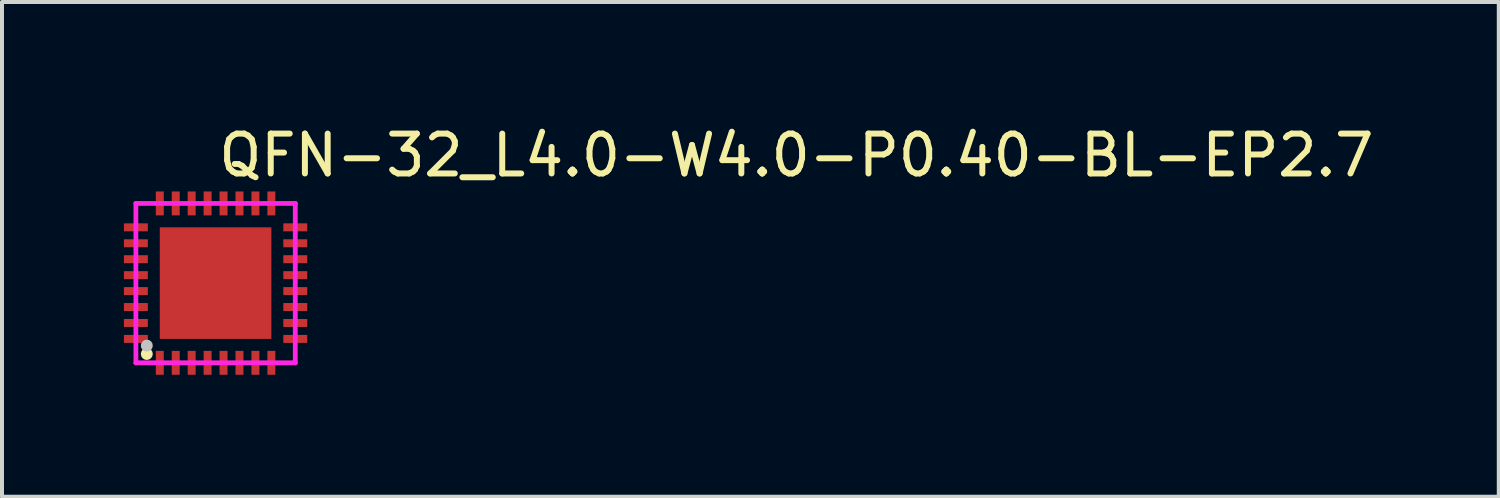
<source format=kicad_pcb>
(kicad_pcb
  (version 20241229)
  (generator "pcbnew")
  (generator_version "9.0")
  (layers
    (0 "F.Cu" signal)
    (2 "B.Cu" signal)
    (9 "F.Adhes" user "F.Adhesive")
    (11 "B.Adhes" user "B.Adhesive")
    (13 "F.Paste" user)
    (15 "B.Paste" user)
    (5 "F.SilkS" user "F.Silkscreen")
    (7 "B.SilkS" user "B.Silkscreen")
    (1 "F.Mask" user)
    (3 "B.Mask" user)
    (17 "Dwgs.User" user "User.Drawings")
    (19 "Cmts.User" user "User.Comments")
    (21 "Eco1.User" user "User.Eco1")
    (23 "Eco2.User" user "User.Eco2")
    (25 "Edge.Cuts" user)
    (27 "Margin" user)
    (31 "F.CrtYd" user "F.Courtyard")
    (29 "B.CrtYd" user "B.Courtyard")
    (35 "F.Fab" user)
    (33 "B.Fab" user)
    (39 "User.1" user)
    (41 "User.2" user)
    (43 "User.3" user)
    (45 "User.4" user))
  (footprint "QFN-32_L4.0-W4.0-P0.40-BL-EP2.7"
    (layer "F.Cu")
    (at 2.36 4.055)
    (property "Reference" "QFN-32_L4.0-W4.0-P0.40-BL-EP2.7" (at 0 -3.207 0) (layer "F.SilkS") (effects (font (size 1 1) (thickness 0.15)) (justify left)))
    (attr through_hole)
    (fp_circle (center -1.726 1.778) (end -1.651 1.778) (stroke (width 0.15) (type solid)) (fill no) (layer "F.SilkS"))
    (fp_poly (pts (xy -1.7 -1.3) (xy -1.7 -1.5) (xy -2.3 -1.5) (xy -2.3 -1.3)) (stroke (width 0.12) (type solid)) (fill yes) (layer "F.Paste"))
    (fp_poly (pts (xy -1.7 -0.9) (xy -1.7 -1.1) (xy -2.3 -1.1) (xy -2.3 -0.9)) (stroke (width 0.12) (type solid)) (fill yes) (layer "F.Paste"))
    (fp_poly (pts (xy -1.7 -0.5) (xy -1.7 -0.7) (xy -2.3 -0.7) (xy -2.3 -0.5)) (stroke (width 0.12) (type solid)) (fill yes) (layer "F.Paste"))
    (fp_poly (pts (xy -1.7 -0.1) (xy -1.7 -0.3) (xy -2.3 -0.3) (xy -2.3 -0.1)) (stroke (width 0.12) (type solid)) (fill yes) (layer "F.Paste"))
    (fp_poly (pts (xy -1.7 0.3) (xy -1.7 0.1) (xy -2.3 0.1) (xy -2.3 0.3)) (stroke (width 0.12) (type solid)) (fill yes) (layer "F.Paste"))
    (fp_poly (pts (xy -1.7 0.7) (xy -1.7 0.5) (xy -2.3 0.5) (xy -2.3 0.7)) (stroke (width 0.12) (type solid)) (fill yes) (layer "F.Paste"))
    (fp_poly (pts (xy -1.7 1.1) (xy -1.7 0.9) (xy -2.3 0.9) (xy -2.3 1.1)) (stroke (width 0.12) (type solid)) (fill yes) (layer "F.Paste"))
    (fp_poly (pts (xy -1.7 1.5) (xy -1.7 1.3) (xy -2.3 1.3) (xy -2.3 1.5)) (stroke (width 0.12) (type solid)) (fill yes) (layer "F.Paste"))
    (fp_poly (pts (xy -1.3 -2.3) (xy -1.5 -2.3) (xy -1.5 -1.7) (xy -1.3 -1.7)) (stroke (width 0.12) (type solid)) (fill yes) (layer "F.Paste"))
    (fp_poly (pts (xy -1.3 1.7) (xy -1.5 1.7) (xy -1.5 2.3) (xy -1.3 2.3)) (stroke (width 0.12) (type solid)) (fill yes) (layer "F.Paste"))
    (fp_poly (pts (xy -1.12 1.12) (xy -1.12 -1.12) (xy 1.12 -1.12) (xy 1.12 1.12)) (stroke (width 0.12) (type solid)) (fill yes) (layer "F.Paste"))
    (fp_poly (pts (xy -0.9 -2.3) (xy -1.1 -2.3) (xy -1.1 -1.7) (xy -0.9 -1.7)) (stroke (width 0.12) (type solid)) (fill yes) (layer "F.Paste"))
    (fp_poly (pts (xy -0.9 1.7) (xy -1.1 1.7) (xy -1.1 2.3) (xy -0.9 2.3)) (stroke (width 0.12) (type solid)) (fill yes) (layer "F.Paste"))
    (fp_poly (pts (xy -0.5 -2.3) (xy -0.7 -2.3) (xy -0.7 -1.7) (xy -0.5 -1.7)) (stroke (width 0.12) (type solid)) (fill yes) (layer "F.Paste"))
    (fp_poly (pts (xy -0.5 1.7) (xy -0.7 1.7) (xy -0.7 2.3) (xy -0.5 2.3)) (stroke (width 0.12) (type solid)) (fill yes) (layer "F.Paste"))
    (fp_poly (pts (xy -0.1 -2.3) (xy -0.3 -2.3) (xy -0.3 -1.7) (xy -0.1 -1.7)) (stroke (width 0.12) (type solid)) (fill yes) (layer "F.Paste"))
    (fp_poly (pts (xy -0.1 1.7) (xy -0.3 1.7) (xy -0.3 2.3) (xy -0.1 2.3)) (stroke (width 0.12) (type solid)) (fill yes) (layer "F.Paste"))
    (fp_poly (pts (xy 0.3 -2.3) (xy 0.1 -2.3) (xy 0.1 -1.7) (xy 0.3 -1.7)) (stroke (width 0.12) (type solid)) (fill yes) (layer "F.Paste"))
    (fp_poly (pts (xy 0.3 1.7) (xy 0.1 1.7) (xy 0.1 2.3) (xy 0.3 2.3)) (stroke (width 0.12) (type solid)) (fill yes) (layer "F.Paste"))
    (fp_poly (pts (xy 0.7 -2.3) (xy 0.5 -2.3) (xy 0.5 -1.7) (xy 0.7 -1.7)) (stroke (width 0.12) (type solid)) (fill yes) (layer "F.Paste"))
    (fp_poly (pts (xy 0.7 1.7) (xy 0.5 1.7) (xy 0.5 2.3) (xy 0.7 2.3)) (stroke (width 0.12) (type solid)) (fill yes) (layer "F.Paste"))
    (fp_poly (pts (xy 1.1 -2.3) (xy 0.9 -2.3) (xy 0.9 -1.7) (xy 1.1 -1.7)) (stroke (width 0.12) (type solid)) (fill yes) (layer "F.Paste"))
    (fp_poly (pts (xy 1.1 1.7) (xy 0.9 1.7) (xy 0.9 2.3) (xy 1.1 2.3)) (stroke (width 0.12) (type solid)) (fill yes) (layer "F.Paste"))
    (fp_poly (pts (xy 1.5 -2.3) (xy 1.3 -2.3) (xy 1.3 -1.7) (xy 1.5 -1.7)) (stroke (width 0.12) (type solid)) (fill yes) (layer "F.Paste"))
    (fp_poly (pts (xy 1.5 1.7) (xy 1.3 1.7) (xy 1.3 2.3) (xy 1.5 2.3)) (stroke (width 0.12) (type solid)) (fill yes) (layer "F.Paste"))
    (fp_poly (pts (xy 2.3 -1.3) (xy 2.3 -1.5) (xy 1.7 -1.5) (xy 1.7 -1.3)) (stroke (width 0.12) (type solid)) (fill yes) (layer "F.Paste"))
    (fp_poly (pts (xy 2.3 -0.9) (xy 2.3 -1.1) (xy 1.7 -1.1) (xy 1.7 -0.9)) (stroke (width 0.12) (type solid)) (fill yes) (layer "F.Paste"))
    (fp_poly (pts (xy 2.3 -0.5) (xy 2.3 -0.7) (xy 1.7 -0.7) (xy 1.7 -0.5)) (stroke (width 0.12) (type solid)) (fill yes) (layer "F.Paste"))
    (fp_poly (pts (xy 2.3 -0.1) (xy 2.3 -0.3) (xy 1.7 -0.3) (xy 1.7 -0.1)) (stroke (width 0.12) (type solid)) (fill yes) (layer "F.Paste"))
    (fp_poly (pts (xy 2.3 0.3) (xy 2.3 0.1) (xy 1.7 0.1) (xy 1.7 0.3)) (stroke (width 0.12) (type solid)) (fill yes) (layer "F.Paste"))
    (fp_poly (pts (xy 2.3 0.7) (xy 2.3 0.5) (xy 1.7 0.5) (xy 1.7 0.7)) (stroke (width 0.12) (type solid)) (fill yes) (layer "F.Paste"))
    (fp_poly (pts (xy 2.3 1.1) (xy 2.3 0.9) (xy 1.7 0.9) (xy 1.7 1.1)) (stroke (width 0.12) (type solid)) (fill yes) (layer "F.Paste"))
    (fp_poly (pts (xy 2.3 1.5) (xy 2.3 1.3) (xy 1.7 1.3) (xy 1.7 1.5)) (stroke (width 0.12) (type solid)) (fill yes) (layer "F.Paste"))
    (fp_circle (center -1.726 1.568) (end -1.651 1.568) (stroke (width 0.15) (type solid)) (fill no) (layer "Dwgs.User"))
    (fp_circle (center -2 2) (end -1.97 2) (stroke (width 0.06) (type solid)) (fill no) (layer "Eco2.User"))
    (fp_poly (pts (xy -2 -1.3) (xy -2 -1.5) (xy -1.7 -1.5) (xy -1.7 -1.3)) (stroke (width 0.12) (type solid)) (fill no) (layer "Eco2.User"))
    (fp_poly (pts (xy -2 -0.9) (xy -2 -1.1) (xy -1.7 -1.1) (xy -1.7 -0.9)) (stroke (width 0.12) (type solid)) (fill no) (layer "Eco2.User"))
    (fp_poly (pts (xy -2 -0.5) (xy -2 -0.7) (xy -1.7 -0.7) (xy -1.7 -0.5)) (stroke (width 0.12) (type solid)) (fill no) (layer "Eco2.User"))
    (fp_poly (pts (xy -2 -0.1) (xy -2 -0.3) (xy -1.7 -0.3) (xy -1.7 -0.1)) (stroke (width 0.12) (type solid)) (fill no) (layer "Eco2.User"))
    (fp_poly (pts (xy -2 0.3) (xy -2 0.1) (xy -1.7 0.1) (xy -1.7 0.3)) (stroke (width 0.12) (type solid)) (fill no) (layer "Eco2.User"))
    (fp_poly (pts (xy -2 0.7) (xy -2 0.5) (xy -1.7 0.5) (xy -1.7 0.7)) (stroke (width 0.12) (type solid)) (fill no) (layer "Eco2.User"))
    (fp_poly (pts (xy -2 1.1) (xy -2 0.9) (xy -1.7 0.9) (xy -1.7 1.1)) (stroke (width 0.12) (type solid)) (fill no) (layer "Eco2.User"))
    (fp_poly (pts (xy -2 1.5) (xy -2 1.3) (xy -1.7 1.3) (xy -1.7 1.5)) (stroke (width 0.12) (type solid)) (fill no) (layer "Eco2.User"))
    (fp_poly (pts (xy -1.5 -1.7) (xy -1.5 -2) (xy -1.3 -2) (xy -1.3 -1.7)) (stroke (width 0.12) (type solid)) (fill no) (layer "Eco2.User"))
    (fp_poly (pts (xy -1.5 2) (xy -1.5 1.7) (xy -1.3 1.7) (xy -1.3 2)) (stroke (width 0.12) (type solid)) (fill no) (layer "Eco2.User"))
    (fp_poly (pts (xy -1.4 1.4) (xy -1.4 -1.4) (xy 1.4 -1.4) (xy 1.4 1.4)) (stroke (width 0.12) (type solid)) (fill no) (layer "Eco2.User"))
    (fp_poly (pts (xy -1.1 -1.7) (xy -1.1 -2) (xy -0.9 -2) (xy -0.9 -1.7)) (stroke (width 0.12) (type solid)) (fill no) (layer "Eco2.User"))
    (fp_poly (pts (xy -1.1 2) (xy -1.1 1.7) (xy -0.9 1.7) (xy -0.9 2)) (stroke (width 0.12) (type solid)) (fill no) (layer "Eco2.User"))
    (fp_poly (pts (xy -0.7 -1.7) (xy -0.7 -2) (xy -0.5 -2) (xy -0.5 -1.7)) (stroke (width 0.12) (type solid)) (fill no) (layer "Eco2.User"))
    (fp_poly (pts (xy -0.7 2) (xy -0.7 1.7) (xy -0.5 1.7) (xy -0.5 2)) (stroke (width 0.12) (type solid)) (fill no) (layer "Eco2.User"))
    (fp_poly (pts (xy -0.3 -1.7) (xy -0.3 -2) (xy -0.1 -2) (xy -0.1 -1.7)) (stroke (width 0.12) (type solid)) (fill no) (layer "Eco2.User"))
    (fp_poly (pts (xy -0.3 2) (xy -0.3 1.7) (xy -0.1 1.7) (xy -0.1 2)) (stroke (width 0.12) (type solid)) (fill no) (layer "Eco2.User"))
    (fp_poly (pts (xy 0.1 -1.7) (xy 0.1 -2) (xy 0.3 -2) (xy 0.3 -1.7)) (stroke (width 0.12) (type solid)) (fill no) (layer "Eco2.User"))
    (fp_poly (pts (xy 0.1 2) (xy 0.1 1.7) (xy 0.3 1.7) (xy 0.3 2)) (stroke (width 0.12) (type solid)) (fill no) (layer "Eco2.User"))
    (fp_poly (pts (xy 0.5 -1.7) (xy 0.5 -2) (xy 0.7 -2) (xy 0.7 -1.7)) (stroke (width 0.12) (type solid)) (fill no) (layer "Eco2.User"))
    (fp_poly (pts (xy 0.5 2) (xy 0.5 1.7) (xy 0.7 1.7) (xy 0.7 2)) (stroke (width 0.12) (type solid)) (fill no) (layer "Eco2.User"))
    (fp_poly (pts (xy 0.9 -1.7) (xy 0.9 -2) (xy 1.1 -2) (xy 1.1 -1.7)) (stroke (width 0.12) (type solid)) (fill no) (layer "Eco2.User"))
    (fp_poly (pts (xy 0.9 2) (xy 0.9 1.7) (xy 1.1 1.7) (xy 1.1 2)) (stroke (width 0.12) (type solid)) (fill no) (layer "Eco2.User"))
    (fp_poly (pts (xy 1.3 -1.7) (xy 1.3 -2) (xy 1.5 -2) (xy 1.5 -1.7)) (stroke (width 0.12) (type solid)) (fill no) (layer "Eco2.User"))
    (fp_poly (pts (xy 1.3 2) (xy 1.3 1.7) (xy 1.5 1.7) (xy 1.5 2)) (stroke (width 0.12) (type solid)) (fill no) (layer "Eco2.User"))
    (fp_poly (pts (xy 1.7 -1.3) (xy 1.7 -1.5) (xy 2 -1.5) (xy 2 -1.3)) (stroke (width 0.12) (type solid)) (fill no) (layer "Eco2.User"))
    (fp_poly (pts (xy 1.7 -0.9) (xy 1.7 -1.1) (xy 2 -1.1) (xy 2 -0.9)) (stroke (width 0.12) (type solid)) (fill no) (layer "Eco2.User"))
    (fp_poly (pts (xy 1.7 -0.5) (xy 1.7 -0.7) (xy 2 -0.7) (xy 2 -0.5)) (stroke (width 0.12) (type solid)) (fill no) (layer "Eco2.User"))
    (fp_poly (pts (xy 1.7 -0.1) (xy 1.7 -0.3) (xy 2 -0.3) (xy 2 -0.1)) (stroke (width 0.12) (type solid)) (fill no) (layer "Eco2.User"))
    (fp_poly (pts (xy 1.7 0.3) (xy 1.7 0.1) (xy 2 0.1) (xy 2 0.3)) (stroke (width 0.12) (type solid)) (fill no) (layer "Eco2.User"))
    (fp_poly (pts (xy 1.7 0.7) (xy 1.7 0.5) (xy 2 0.5) (xy 2 0.7)) (stroke (width 0.12) (type solid)) (fill no) (layer "Eco2.User"))
    (fp_poly (pts (xy 1.7 1.1) (xy 1.7 0.9) (xy 2 0.9) (xy 2 1.1)) (stroke (width 0.12) (type solid)) (fill no) (layer "Eco2.User"))
    (fp_poly (pts (xy 1.7 1.5) (xy 1.7 1.3) (xy 2 1.3) (xy 2 1.5)) (stroke (width 0.12) (type solid)) (fill no) (layer "Eco2.User"))
    (fp_line (start -2 -2) (end 2 -2) (stroke (width 0.12) (type solid)) (layer "F.CrtYd"))
    (fp_line (start -2 2) (end -2 -2) (stroke (width 0.12) (type solid)) (layer "F.CrtYd"))
    (fp_line (start 2 -2) (end 2 2) (stroke (width 0.12) (type solid)) (layer "F.CrtYd"))
    (fp_line (start 2 2) (end -2 2) (stroke (width 0.12) (type solid)) (layer "F.CrtYd"))
    (pad "1" smd rect (at -1.4 2) (size 0.2 0.6) (layers "F.Cu" "F.Mask" "F.Paste"))
    (pad "2" smd rect (at -1 2) (size 0.2 0.6) (layers "F.Cu" "F.Mask" "F.Paste"))
    (pad "3" smd rect (at -0.6 2) (size 0.2 0.6) (layers "F.Cu" "F.Mask" "F.Paste"))
    (pad "4" smd rect (at -0.2 2) (size 0.2 0.6) (layers "F.Cu" "F.Mask" "F.Paste"))
    (pad "5" smd rect (at 0.2 2) (size 0.2 0.6) (layers "F.Cu" "F.Mask" "F.Paste"))
    (pad "6" smd rect (at 0.6 2) (size 0.2 0.6) (layers "F.Cu" "F.Mask" "F.Paste"))
    (pad "7" smd rect (at 1 2) (size 0.2 0.6) (layers "F.Cu" "F.Mask" "F.Paste"))
    (pad "8" smd rect (at 1.4 2) (size 0.2 0.6) (layers "F.Cu" "F.Mask" "F.Paste"))
    (pad "9" smd rect (at 2 1.4) (size 0.6 0.2) (layers "F.Cu" "F.Mask" "F.Paste"))
    (pad "10" smd rect (at 2 1) (size 0.6 0.2) (layers "F.Cu" "F.Mask" "F.Paste"))
    (pad "11" smd rect (at 2 0.6) (size 0.6 0.2) (layers "F.Cu" "F.Mask" "F.Paste"))
    (pad "12" smd rect (at 2 0.2) (size 0.6 0.2) (layers "F.Cu" "F.Mask" "F.Paste"))
    (pad "13" smd rect (at 2 -0.2) (size 0.6 0.2) (layers "F.Cu" "F.Mask" "F.Paste"))
    (pad "14" smd rect (at 2 -0.6) (size 0.6 0.2) (layers "F.Cu" "F.Mask" "F.Paste"))
    (pad "15" smd rect (at 2 -1) (size 0.6 0.2) (layers "F.Cu" "F.Mask" "F.Paste"))
    (pad "16" smd rect (at 2 -1.4) (size 0.6 0.2) (layers "F.Cu" "F.Mask" "F.Paste"))
    (pad "17" smd rect (at 1.4 -2) (size 0.2 0.6) (layers "F.Cu" "F.Mask" "F.Paste"))
    (pad "18" smd rect (at 1 -2) (size 0.2 0.6) (layers "F.Cu" "F.Mask" "F.Paste"))
    (pad "19" smd rect (at 0.6 -2) (size 0.2 0.6) (layers "F.Cu" "F.Mask" "F.Paste"))
    (pad "20" smd rect (at 0.2 -2) (size 0.2 0.6) (layers "F.Cu" "F.Mask" "F.Paste"))
    (pad "21" smd rect (at -0.2 -2) (size 0.2 0.6) (layers "F.Cu" "F.Mask" "F.Paste"))
    (pad "22" smd rect (at -0.6 -2) (size 0.2 0.6) (layers "F.Cu" "F.Mask" "F.Paste"))
    (pad "23" smd rect (at -1 -2) (size 0.2 0.6) (layers "F.Cu" "F.Mask" "F.Paste"))
    (pad "24" smd rect (at -1.4 -2) (size 0.2 0.6) (layers "F.Cu" "F.Mask" "F.Paste"))
    (pad "25" smd rect (at -2 -1.4) (size 0.6 0.2) (layers "F.Cu" "F.Mask" "F.Paste"))
    (pad "26" smd rect (at -2 -1) (size 0.6 0.2) (layers "F.Cu" "F.Mask" "F.Paste"))
    (pad "27" smd rect (at -2 -0.6) (size 0.6 0.2) (layers "F.Cu" "F.Mask" "F.Paste"))
    (pad "28" smd rect (at -2 -0.2) (size 0.6 0.2) (layers "F.Cu" "F.Mask" "F.Paste"))
    (pad "29" smd rect (at -2 0.2) (size 0.6 0.2) (layers "F.Cu" "F.Mask" "F.Paste"))
    (pad "30" smd rect (at -2 0.6) (size 0.6 0.2) (layers "F.Cu" "F.Mask" "F.Paste"))
    (pad "31" smd rect (at -2 1) (size 0.6 0.2) (layers "F.Cu" "F.Mask" "F.Paste"))
    (pad "32" smd rect (at -2 1.4) (size 0.6 0.2) (layers "F.Cu" "F.Mask" "F.Paste"))
    (pad "33" smd rect (at 0 0) (size 2.8 2.8) (layers "F.Cu" "F.Mask" "F.Paste")))
  (gr_rect
    (start -3 -3)
    (end 34.562 9.415)
    (stroke (width 0.1) (type default))
    (fill no)
    (layer "Edge.Cuts")))
</source>
